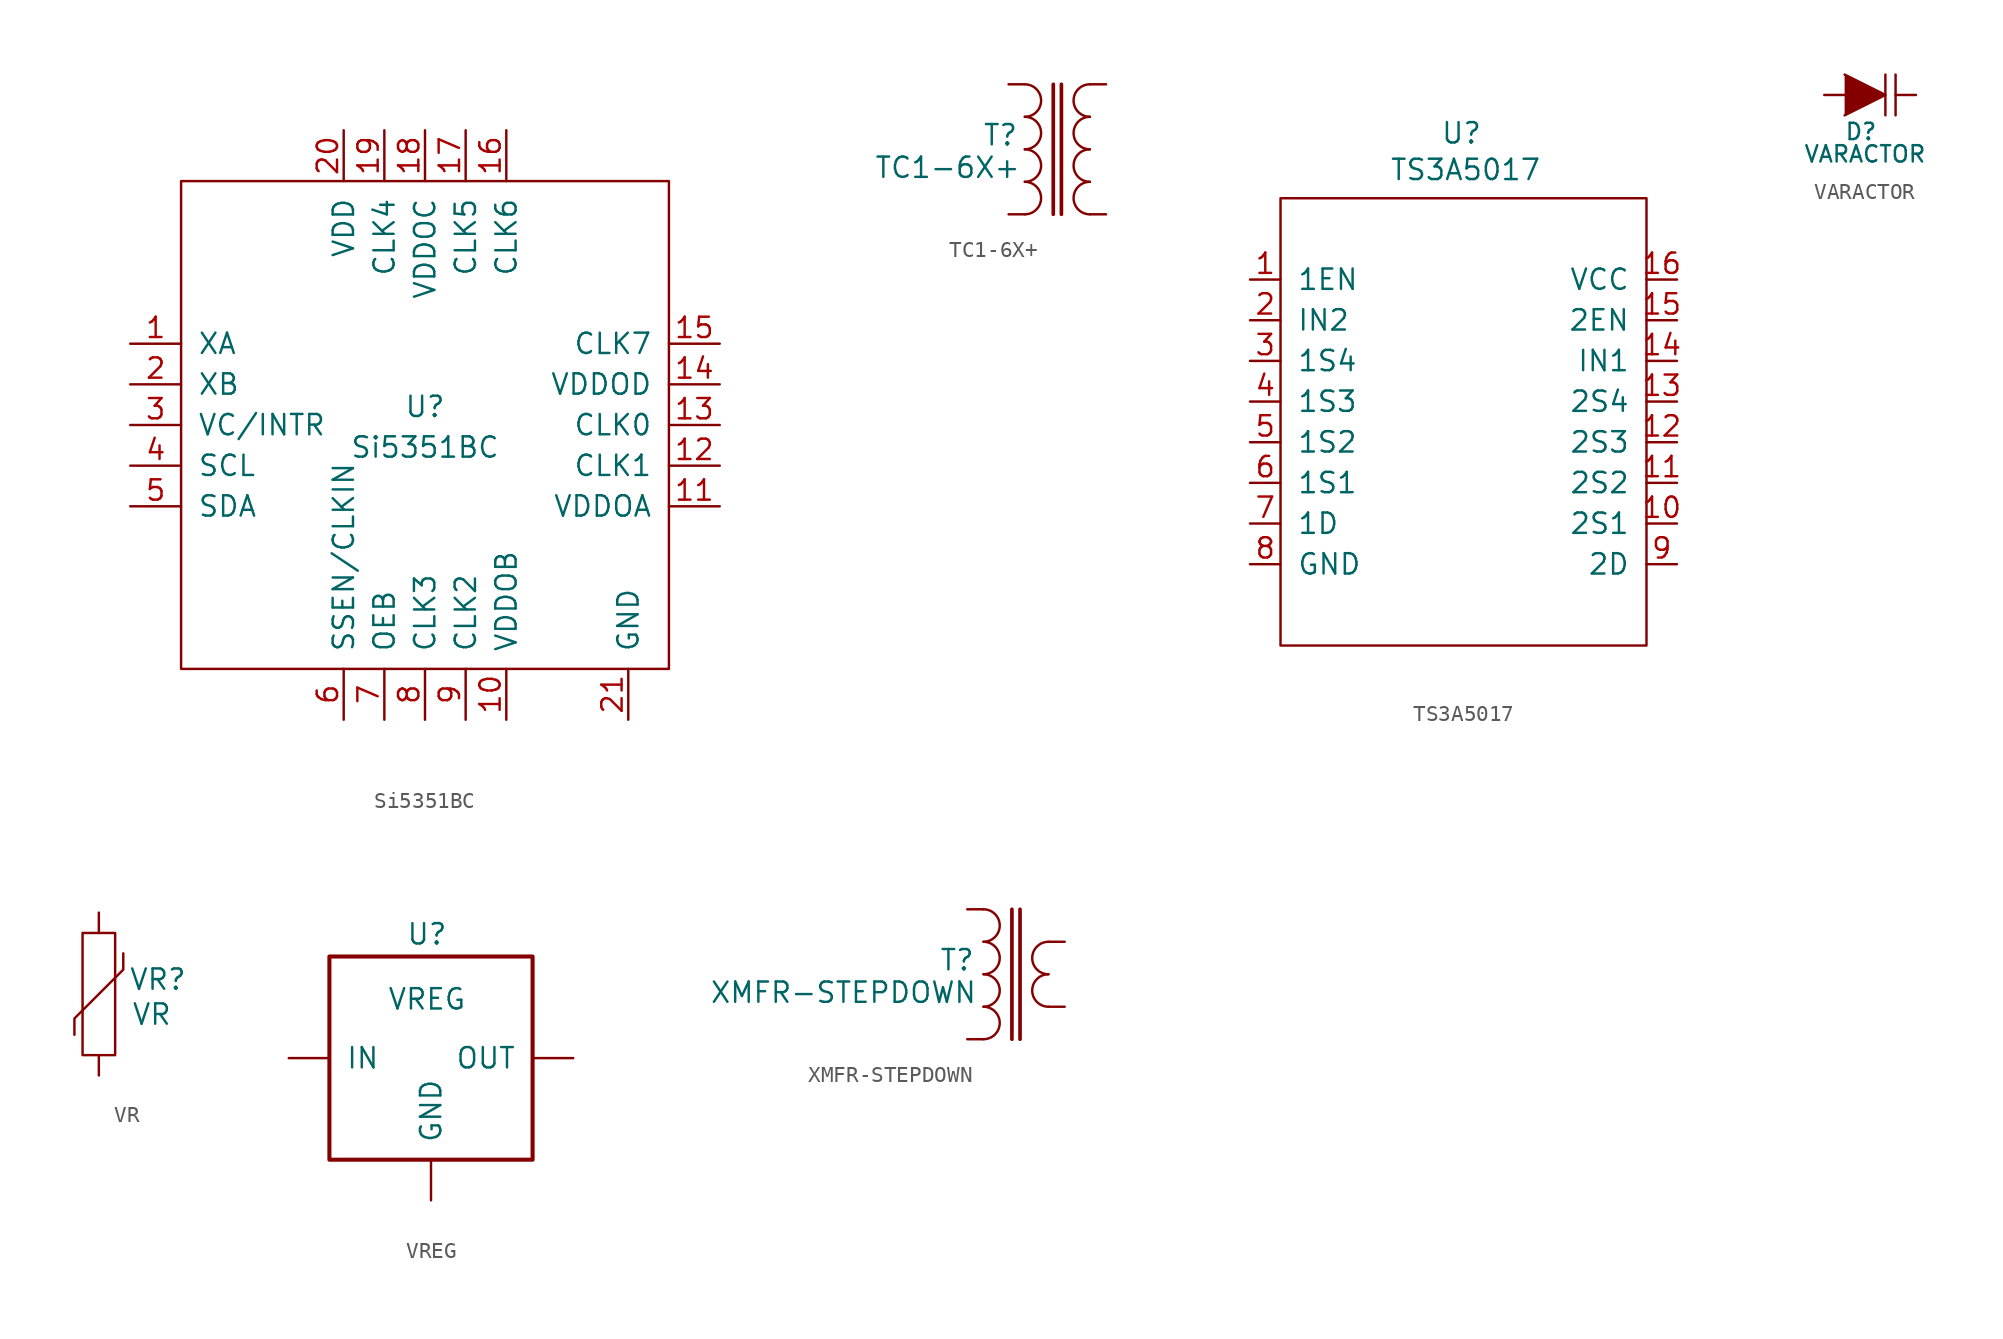
<source format=kicad_sym>
(kicad_symbol_lib
  (version 20220914)
  (generator kicad_symbol_editor)
  (symbol "Si5351BC"
    (pin_names
      (offset 1.016))
    (property "Reference" "U"
      (at 0 1.143 0)
      (effects (font (size 1.27 1.27))))
    (property "Value" "Si5351BC"
      (at 0 -1.397 0)
      (effects (font (size 1.27 1.27))))
    (symbol "Si5351BC_1_0"
      (rectangle (start -15.24 -15.24) (end 15.24 15.24) (stroke (width 0) (type solid)) (fill (type none))))
    (symbol "Si5351BC_1_1"
      (pin passive line (at -18.415 5.08 0) (length 3.175) (name "XA" (effects (font (size 1.27 1.27)))) (number "1" (effects (font (size 1.27 1.27)))))
      (pin passive line (at 5.08 -18.415 90) (length 3.175) (name "VDDOB" (effects (font (size 1.27 1.27)))) (number "10" (effects (font (size 1.27 1.27)))))
      (pin passive line (at 18.415 -5.08 180) (length 3.175) (name "VDDOA" (effects (font (size 1.27 1.27)))) (number "11" (effects (font (size 1.27 1.27)))))
      (pin passive line (at 18.415 -2.54 180) (length 3.175) (name "CLK1" (effects (font (size 1.27 1.27)))) (number "12" (effects (font (size 1.27 1.27)))))
      (pin passive line (at 18.415 0 180) (length 3.175) (name "CLK0" (effects (font (size 1.27 1.27)))) (number "13" (effects (font (size 1.27 1.27)))))
      (pin passive line (at 18.415 2.54 180) (length 3.175) (name "VDDOD" (effects (font (size 1.27 1.27)))) (number "14" (effects (font (size 1.27 1.27)))))
      (pin passive line (at 18.415 5.08 180) (length 3.175) (name "CLK7" (effects (font (size 1.27 1.27)))) (number "15" (effects (font (size 1.27 1.27)))))
      (pin passive line (at 5.08 18.415 270) (length 3.175) (name "CLK6" (effects (font (size 1.27 1.27)))) (number "16" (effects (font (size 1.27 1.27)))))
      (pin passive line (at 2.54 18.415 270) (length 3.175) (name "CLK5" (effects (font (size 1.27 1.27)))) (number "17" (effects (font (size 1.27 1.27)))))
      (pin passive line (at 0 18.415 270) (length 3.175) (name "VDDOC" (effects (font (size 1.27 1.27)))) (number "18" (effects (font (size 1.27 1.27)))))
      (pin passive line (at -2.54 18.415 270) (length 3.175) (name "CLK4" (effects (font (size 1.27 1.27)))) (number "19" (effects (font (size 1.27 1.27)))))
      (pin passive line (at -18.415 2.54 0) (length 3.175) (name "XB" (effects (font (size 1.27 1.27)))) (number "2" (effects (font (size 1.27 1.27)))))
      (pin passive line (at -5.08 18.415 270) (length 3.175) (name "VDD" (effects (font (size 1.27 1.27)))) (number "20" (effects (font (size 1.27 1.27)))))
      (pin passive line (at 12.7 -18.415 90) (length 3.175) (name "GND" (effects (font (size 1.27 1.27)))) (number "21" (effects (font (size 1.27 1.27)))))
      (pin passive line (at -18.415 0 0) (length 3.175) (name "VC/INTR" (effects (font (size 1.27 1.27)))) (number "3" (effects (font (size 1.27 1.27)))))
      (pin passive line (at -18.415 -2.54 0) (length 3.175) (name "SCL" (effects (font (size 1.27 1.27)))) (number "4" (effects (font (size 1.27 1.27)))))
      (pin passive line (at -18.415 -5.08 0) (length 3.175) (name "SDA" (effects (font (size 1.27 1.27)))) (number "5" (effects (font (size 1.27 1.27)))))
      (pin passive line (at -5.08 -18.415 90) (length 3.175) (name "SSEN/CLKIN" (effects (font (size 1.27 1.27)))) (number "6" (effects (font (size 1.27 1.27)))))
      (pin passive line (at -2.54 -18.415 90) (length 3.175) (name "OEB" (effects (font (size 1.27 1.27)))) (number "7" (effects (font (size 1.27 1.27)))))
      (pin passive line (at 0 -18.415 90) (length 3.175) (name "CLK3" (effects (font (size 1.27 1.27)))) (number "8" (effects (font (size 1.27 1.27)))))
      (pin passive line (at 2.54 -18.415 90) (length 3.175) (name "CLK2" (effects (font (size 1.27 1.27)))) (number "9" (effects (font (size 1.27 1.27)))))))
  (symbol "TC1-6X+"
    (pin_numbers hide)
    (pin_names
      (offset 1.016) hide)
    (property "Reference" "T"
      (at -1.524 0.889 0)
      (effects (font (size 1.27 1.27))))
    (property "Value" "TC1-6X+"
      (at -4.826 -1.143 0)
      (effects (font (size 1.27 1.27))))
    (property "Footprint" ""
      (at 0 0 0)
      (effects (font (size 1.524 1.524))))
    (property "Datasheet" ""
      (at 0 0 0)
      (effects (font (size 1.524 1.524))))
    (symbol "TC1-6X+_0_1"
      (arc (start 0 -4.064) (mid 1.0116 -3.048) (end 0 -2.032) (stroke (width 0.1524) (type solid)) (fill (type none)))
      (arc (start 0 -2.032) (mid 1.0116 -1.016) (end 0 0) (stroke (width 0.1524) (type solid)) (fill (type none)))
      (polyline (pts (xy 1.778 4.064) (xy 1.778 -4.064)) (stroke (width 0.229) (type solid)) (fill (type none)))
      (polyline (pts (xy 2.286 4.064) (xy 2.286 -4.064)) (stroke (width 0.229) (type solid)) (fill (type none)))
      (arc (start 0 0) (mid 1.0116 1.016) (end 0 2.032) (stroke (width 0.1524) (type solid)) (fill (type none)))
      (arc (start 0 2.032) (mid 1.0116 3.048) (end 0 4.064) (stroke (width 0.1524) (type solid)) (fill (type none)))
      (arc (start 4.064 -2.032) (mid 3.0524 -3.048) (end 4.064 -4.064) (stroke (width 0.1524) (type solid)) (fill (type none)))
      (arc (start 4.064 0) (mid 3.0524 -1.016) (end 4.064 -2.032) (stroke (width 0.1524) (type solid)) (fill (type none)))
      (arc (start 4.064 2.032) (mid 3.0524 1.016) (end 4.064 0) (stroke (width 0.1524) (type solid)) (fill (type none)))
      (arc (start 4.064 4.064) (mid 3.0524 3.048) (end 4.064 2.032) (stroke (width 0.1524) (type solid)) (fill (type none))))
    (symbol "TC1-6X+_1_1"
      (pin passive line (at 5.08 4.064 180) (length 1.016) (name "Secondary" (effects (font (size 1.778 1.778)))) (number "1" (effects (font (size 1.778 1.778)))))
      (pin passive line (at 5.08 -4.064 180) (length 1.016) (name "Secondary" (effects (font (size 1.778 1.778)))) (number "3" (effects (font (size 1.778 1.778)))))
      (pin passive line (at -1.016 -4.064 0) (length 1.016) (name "Primary" (effects (font (size 1.778 1.778)))) (number "4" (effects (font (size 1.778 1.778)))))
      (pin passive line (at -1.016 4.064 0) (length 1.016) (name "Primary" (effects (font (size 1.778 1.778)))) (number "6" (effects (font (size 1.778 1.778)))))))
  (symbol "TS3A5017"
    (pin_names
      (offset 1.016))
    (property "Reference" "U"
      (at -0.127 18.034 0)
      (effects (font (size 1.27 1.27))))
    (property "Value" "TS3A5017"
      (at 0.127 15.748 0)
      (effects (font (size 1.27 1.27))))
    (property "Footprint" ""
      (at 0 0 0)
      (effects (font (size 1.524 1.524))))
    (property "Datasheet" ""
      (at 0 0 0)
      (effects (font (size 1.524 1.524))))
    (symbol "TS3A5017_1_0"
      (rectangle (start -11.43 -13.97) (end 11.43 13.97) (stroke (width 0) (type solid)) (fill (type none))))
    (symbol "TS3A5017_1_1"
      (pin input line (at -13.335 8.89 0) (length 1.905) (name "1EN" (effects (font (size 1.27 1.27)))) (number "1" (effects (font (size 1.27 1.27)))))
      (pin input line (at 13.335 -6.35 180) (length 1.905) (name "2S1" (effects (font (size 1.27 1.27)))) (number "10" (effects (font (size 1.27 1.27)))))
      (pin input line (at 13.335 -3.81 180) (length 1.905) (name "2S2" (effects (font (size 1.27 1.27)))) (number "11" (effects (font (size 1.27 1.27)))))
      (pin input line (at 13.335 -1.27 180) (length 1.905) (name "2S3" (effects (font (size 1.27 1.27)))) (number "12" (effects (font (size 1.27 1.27)))))
      (pin input line (at 13.335 1.27 180) (length 1.905) (name "2S4" (effects (font (size 1.27 1.27)))) (number "13" (effects (font (size 1.27 1.27)))))
      (pin input line (at 13.335 3.81 180) (length 1.905) (name "IN1" (effects (font (size 1.27 1.27)))) (number "14" (effects (font (size 1.27 1.27)))))
      (pin input line (at 13.335 6.35 180) (length 1.905) (name "2EN" (effects (font (size 1.27 1.27)))) (number "15" (effects (font (size 1.27 1.27)))))
      (pin input line (at 13.335 8.89 180) (length 1.905) (name "VCC" (effects (font (size 1.27 1.27)))) (number "16" (effects (font (size 1.27 1.27)))))
      (pin input line (at -13.335 6.35 0) (length 1.905) (name "IN2" (effects (font (size 1.27 1.27)))) (number "2" (effects (font (size 1.27 1.27)))))
      (pin input line (at -13.335 3.81 0) (length 1.905) (name "1S4" (effects (font (size 1.27 1.27)))) (number "3" (effects (font (size 1.27 1.27)))))
      (pin input line (at -13.335 1.27 0) (length 1.905) (name "1S3" (effects (font (size 1.27 1.27)))) (number "4" (effects (font (size 1.27 1.27)))))
      (pin input line (at -13.335 -1.27 0) (length 1.905) (name "1S2" (effects (font (size 1.27 1.27)))) (number "5" (effects (font (size 1.27 1.27)))))
      (pin input line (at -13.335 -3.81 0) (length 1.905) (name "1S1" (effects (font (size 1.27 1.27)))) (number "6" (effects (font (size 1.27 1.27)))))
      (pin input line (at -13.335 -6.35 0) (length 1.905) (name "1D" (effects (font (size 1.27 1.27)))) (number "7" (effects (font (size 1.27 1.27)))))
      (pin input line (at -13.335 -8.89 0) (length 1.905) (name "GND" (effects (font (size 1.27 1.27)))) (number "8" (effects (font (size 1.27 1.27)))))
      (pin input line (at 13.335 -8.89 180) (length 1.905) (name "2D" (effects (font (size 1.27 1.27)))) (number "9" (effects (font (size 1.27 1.27)))))))
  (symbol "VARACTOR"
    (pin_numbers hide)
    (pin_names
      (offset 1.016) hide)
    (property "Reference" "D"
      (at -0.254 -2.286 0)
      (effects (font (size 1.016 1.016))))
    (property "Value" "VARACTOR"
      (at 0 -3.683 0)
      (effects (font (size 1.016 1.016))))
    (property "Footprint" ""
      (at 0 0 0)
      (effects (font (size 1.524 1.524))))
    (property "Datasheet" ""
      (at 0 0 0)
      (effects (font (size 1.524 1.524))))
    (symbol "VARACTOR_0_1"
      (polyline (pts (xy 1.27 1.27) (xy 1.27 -1.27)) (stroke (width 0.152) (type solid)) (fill (type none)))
      (polyline (pts (xy 1.905 1.27) (xy 1.905 -1.27)) (stroke (width 0) (type solid)) (fill (type none)))
      (polyline (pts (xy -1.27 1.27) (xy 1.27 0) (xy -1.27 -1.27)) (stroke (width 0) (type solid)) (fill (type outline))))
    (symbol "VARACTOR_1_1"
      (pin passive line (at -2.54 0 0) (length 1.27) (name "A" (effects (font (size 1.016 1.016)))) (number "1" (effects (font (size 1.016 1.016)))))
      (pin passive line (at 3.175 0 180) (length 1.27) (name "K" (effects (font (size 1.016 1.016)))) (number "2" (effects (font (size 1.016 1.016)))))))
  (symbol "VR"
    (pin_numbers hide)
    (pin_names
      (offset 0))
    (property "Reference" "VR"
      (at 3.683 1.651 0)
      (effects (font (size 1.27 1.27)) (justify top)))
    (property "Value" "VR"
      (at 3.302 -1.27 0)
      (effects (font (size 1.27 1.27))))
    (property "Footprint" ""
      (at 0 0 0)
      (effects (font (size 1.524 1.524))))
    (property "Datasheet" ""
      (at 0 0 0)
      (effects (font (size 1.524 1.524))))
    (symbol "VR_0_1"
      (rectangle (start -1.016 3.81) (end 1.016 -3.81) (stroke (width 0) (type solid)) (fill (type none)))
      (polyline (pts (xy -1.524 -2.54) (xy -1.524 -1.524) (xy 1.524 1.524) (xy 1.524 2.54) (xy 1.524 2.54)) (stroke (width 0) (type solid)) (fill (type none))))
    (symbol "VR_1_1"
      (pin passive line (at 0 5.08 270) (length 1.27) (name "~" (effects (font (size 1.524 1.524)))) (number "1" (effects (font (size 1.524 1.524)))))
      (pin passive line (at 0 -5.08 90) (length 1.27) (name "~" (effects (font (size 1.524 1.524)))) (number "2" (effects (font (size 1.524 1.524)))))))
  (symbol "VREG"
    (pin_numbers hide)
    (pin_names
      (offset 1.016))
    (property "Reference" "U"
      (at -0.254 7.747 0)
      (effects (font (size 1.27 1.27))))
    (property "Value" "VREG"
      (at -0.254 3.683 0)
      (effects (font (size 1.27 1.27))))
    (property "Footprint" ""
      (at 0 0 0)
      (effects (font (size 1.524 1.524))))
    (property "Datasheet" ""
      (at 0 0 0)
      (effects (font (size 1.524 1.524))))
    (symbol "VREG_0_1"
      (rectangle (start -6.35 6.35) (end 6.35 -6.35) (stroke (width 0.254) (type solid)) (fill (type none))))
    (symbol "VREG_1_1"
      (pin power_out line (at 8.89 0 180) (length 2.54) (name "OUT" (effects (font (size 1.27 1.27)))) (number "1" (effects (font (size 1.27 1.27)))))
      (pin power_out line (at 0 -8.89 90) (length 2.54) (name "GND" (effects (font (size 1.27 1.27)))) (number "2" (effects (font (size 1.27 1.27)))))
      (pin power_in line (at -8.89 0 0) (length 2.54) (name "IN" (effects (font (size 1.27 1.27)))) (number "3" (effects (font (size 1.27 1.27)))))))
  (symbol "XMFR-STEPDOWN"
    (pin_numbers hide)
    (pin_names
      (offset 1.016) hide)
    (property "Reference" "T"
      (at -1.651 0.889 0)
      (effects (font (size 1.27 1.27))))
    (property "Value" "XMFR-STEPDOWN"
      (at -8.763 -1.143 0)
      (effects (font (size 1.27 1.27))))
    (property "Footprint" ""
      (at 0 0 0)
      (effects (font (size 1.524 1.524))))
    (property "Datasheet" ""
      (at 0 0 0)
      (effects (font (size 1.524 1.524))))
    (symbol "XMFR-STEPDOWN_0_1"
      (arc (start 0 -4.064) (mid 1.0116 -3.048) (end 0 -2.032) (stroke (width 0.1524) (type solid)) (fill (type none)))
      (arc (start 0 -2.032) (mid 1.0116 -1.016) (end 0 0) (stroke (width 0.1524) (type solid)) (fill (type none)))
      (polyline (pts (xy 1.778 4.064) (xy 1.778 -4.064)) (stroke (width 0.229) (type solid)) (fill (type none)))
      (polyline (pts (xy 2.286 4.064) (xy 2.286 -4.064)) (stroke (width 0.229) (type solid)) (fill (type none)))
      (arc (start 0 0) (mid 1.0116 1.016) (end 0 2.032) (stroke (width 0.1524) (type solid)) (fill (type none)))
      (arc (start 0 2.032) (mid 1.0116 3.048) (end 0 4.064) (stroke (width 0.1524) (type solid)) (fill (type none)))
      (arc (start 4.064 0) (mid 3.0524 -1.016) (end 4.064 -2.032) (stroke (width 0.1524) (type solid)) (fill (type none)))
      (arc (start 4.064 2.032) (mid 3.0524 1.016) (end 4.064 0) (stroke (width 0.1524) (type solid)) (fill (type none))))
    (symbol "XMFR-STEPDOWN_1_1"
      (pin passive line (at -1.016 4.064 0) (length 1.016) (name "1" (effects (font (size 1.778 1.778)))) (number "1" (effects (font (size 1.778 1.778)))))
      (pin passive line (at -1.016 -4.064 0) (length 1.016) (name "2" (effects (font (size 1.778 1.778)))) (number "2" (effects (font (size 1.778 1.778)))))
      (pin passive line (at 5.08 2.032 180) (length 1.016) (name "3" (effects (font (size 1.778 1.778)))) (number "3" (effects (font (size 1.778 1.778)))))
      (pin passive line (at 5.08 -2.032 180) (length 1.016) (name "4" (effects (font (size 1.778 1.778)))) (number "4" (effects (font (size 1.778 1.778))))))))
</source>
